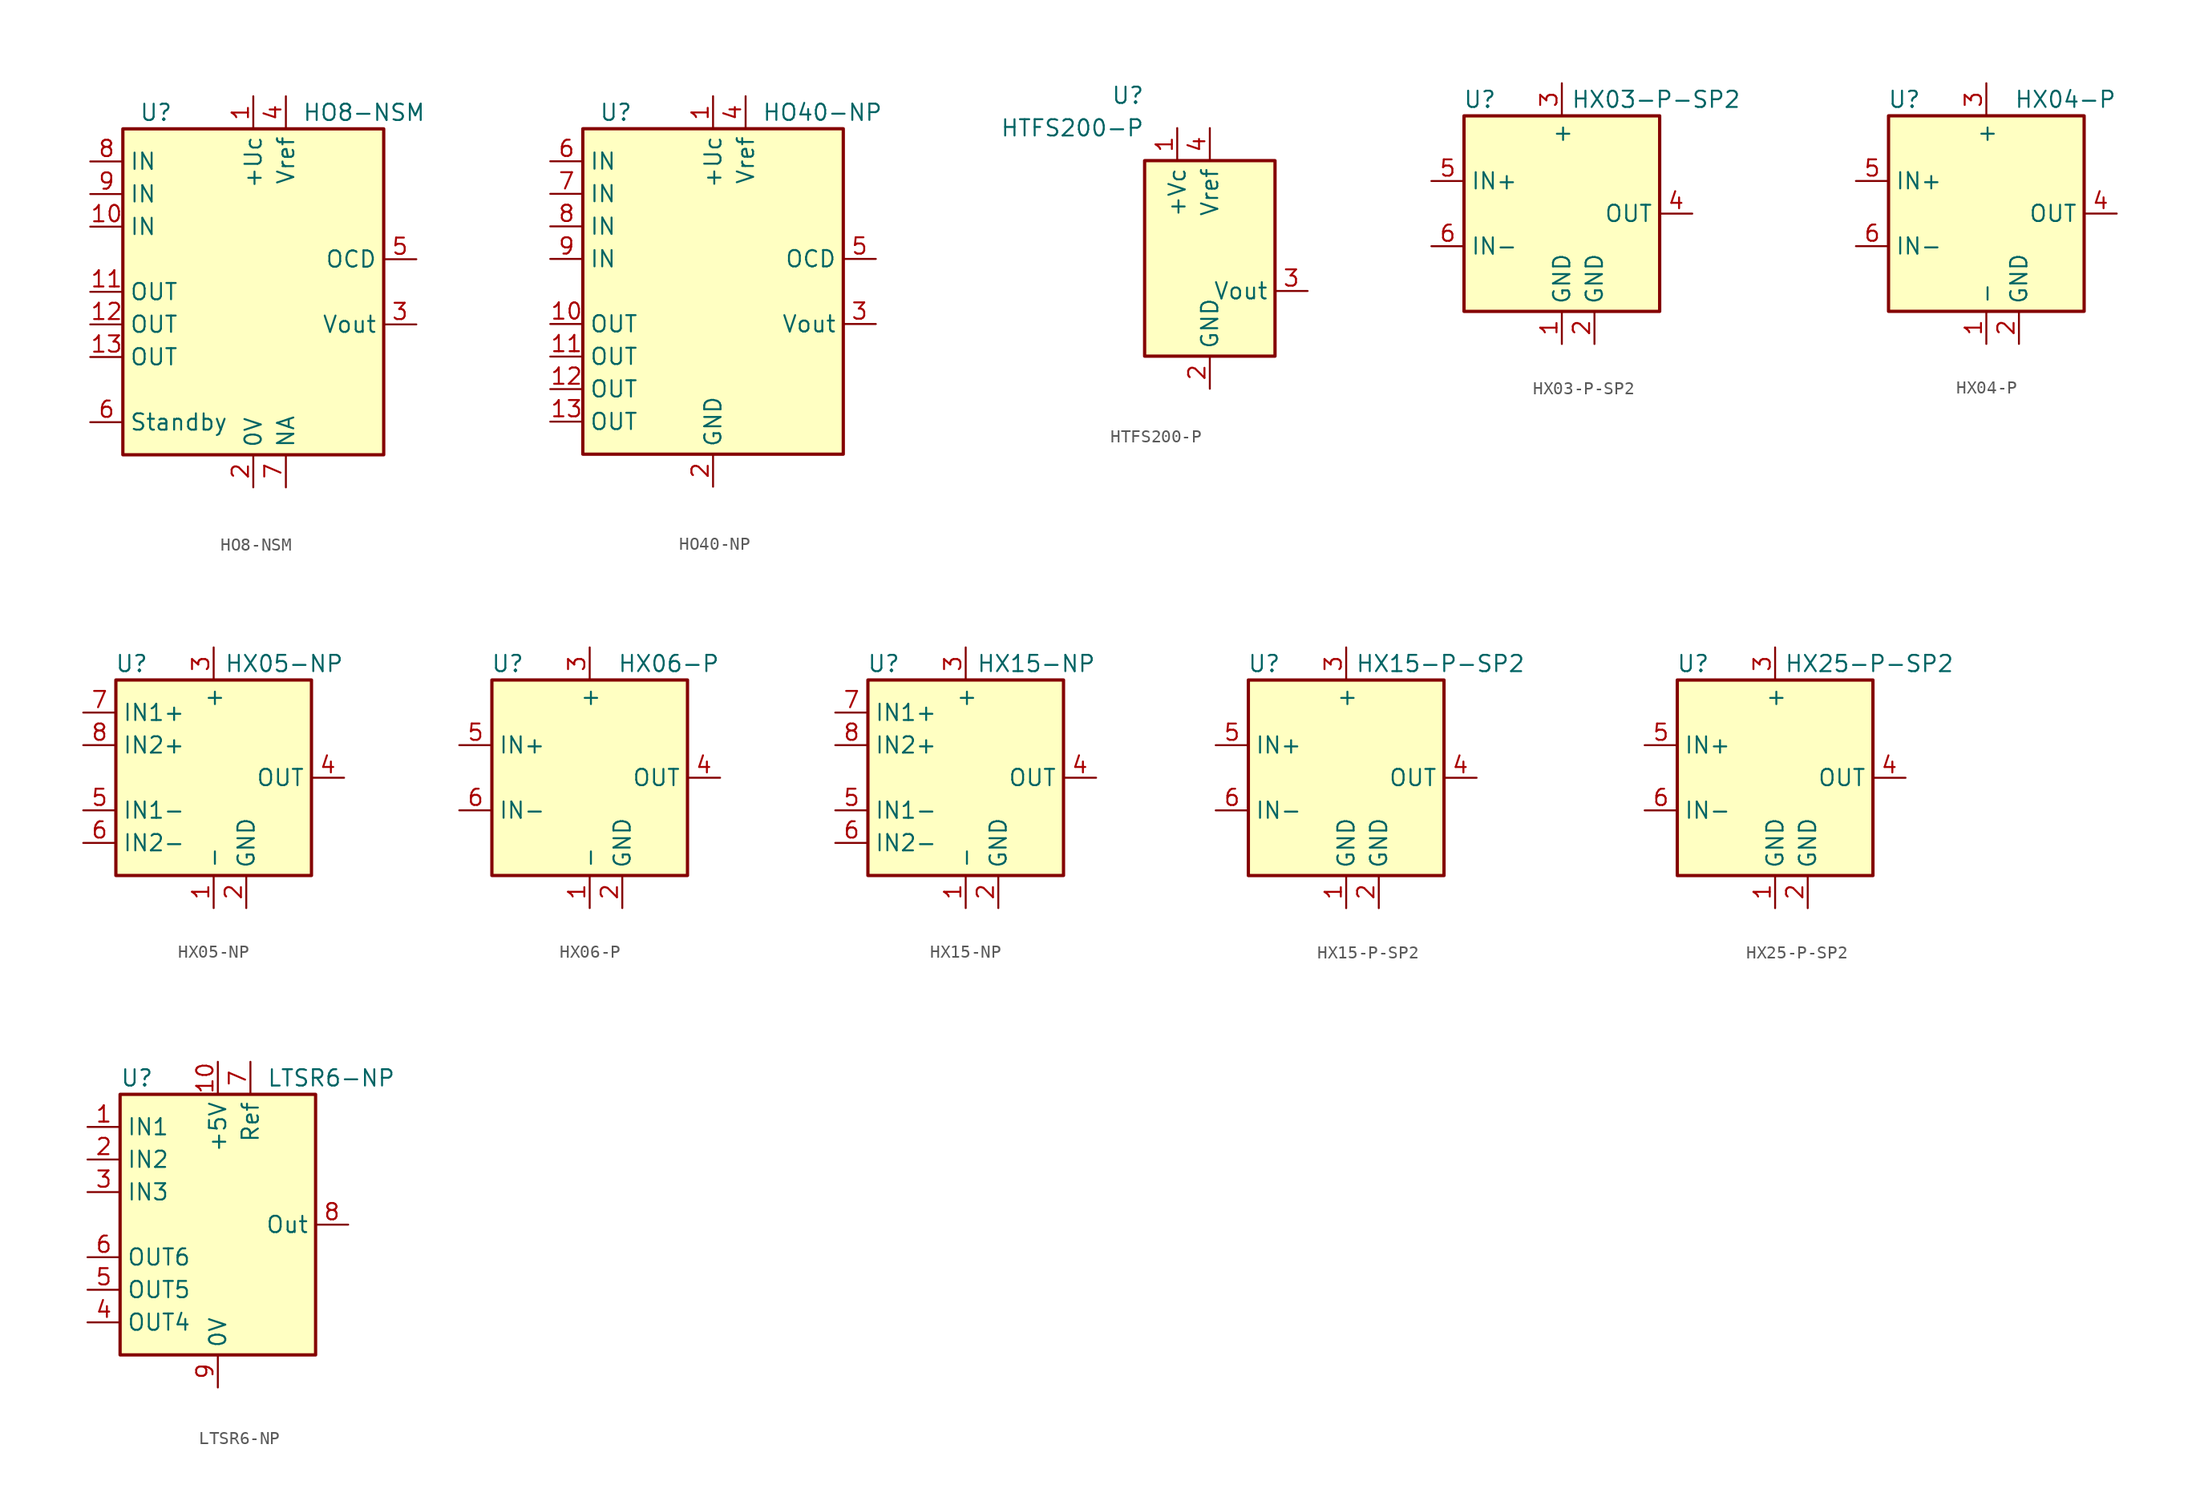
<source format=kicad_sym>
(kicad_symbol_lib
  (version 20220914)
  (generator kicad_symbol_editor)
  (symbol "HO8-NSM"
    (property "Reference" "U"
      (at -8.89 13.97 0)
      (effects (font (size 1.27 1.27)) (justify left)))
    (property "Value" "HO8-NSM"
      (at 3.81 13.97 0)
      (effects (font (size 1.27 1.27)) (justify left)))
    (symbol "HO8-NSM_0_1"
      (rectangle (start -10.16 12.7) (end 10.16 -12.7) (stroke (width 0.254) (type default)) (fill (type background))))
    (symbol "HO8-NSM_1_1"
      (pin power_in line (at 0 15.24 270) (length 2.54) (name "+Uc" (effects (font (size 1.27 1.27)))) (number "1" (effects (font (size 1.27 1.27)))))
      (pin passive line (at -12.7 5.08 0) (length 2.54) (name "IN" (effects (font (size 1.27 1.27)))) (number "10" (effects (font (size 1.27 1.27)))))
      (pin passive line (at -12.7 0 0) (length 2.54) (name "OUT" (effects (font (size 1.27 1.27)))) (number "11" (effects (font (size 1.27 1.27)))))
      (pin passive line (at -12.7 -2.54 0) (length 2.54) (name "OUT" (effects (font (size 1.27 1.27)))) (number "12" (effects (font (size 1.27 1.27)))))
      (pin passive line (at -12.7 -5.08 0) (length 2.54) (name "OUT" (effects (font (size 1.27 1.27)))) (number "13" (effects (font (size 1.27 1.27)))))
      (pin power_in line (at 0 -15.24 90) (length 2.54) (name "0V" (effects (font (size 1.27 1.27)))) (number "2" (effects (font (size 1.27 1.27)))))
      (pin output line (at 12.7 -2.54 180) (length 2.54) (name "Vout" (effects (font (size 1.27 1.27)))) (number "3" (effects (font (size 1.27 1.27)))))
      (pin passive line (at 2.54 15.24 270) (length 2.54) (name "Vref" (effects (font (size 1.27 1.27)))) (number "4" (effects (font (size 1.27 1.27)))))
      (pin open_collector line (at 12.7 2.54 180) (length 2.54) (name "OCD" (effects (font (size 1.27 1.27)))) (number "5" (effects (font (size 1.27 1.27)))))
      (pin input line (at -12.7 -10.16 0) (length 2.54) (name "Standby" (effects (font (size 1.27 1.27)))) (number "6" (effects (font (size 1.27 1.27)))))
      (pin passive line (at 2.54 -15.24 90) (length 2.54) (name "NA" (effects (font (size 1.27 1.27)))) (number "7" (effects (font (size 1.27 1.27)))))
      (pin passive line (at -12.7 10.16 0) (length 2.54) (name "IN" (effects (font (size 1.27 1.27)))) (number "8" (effects (font (size 1.27 1.27)))))
      (pin passive line (at -12.7 7.62 0) (length 2.54) (name "IN" (effects (font (size 1.27 1.27)))) (number "9" (effects (font (size 1.27 1.27)))))))
  (symbol "HO40-NP"
    (property "Reference" "U"
      (at -8.89 13.97 0)
      (effects (font (size 1.27 1.27)) (justify left)))
    (property "Value" "HO40-NP"
      (at 3.81 13.97 0)
      (effects (font (size 1.27 1.27)) (justify left)))
    (symbol "HO40-NP_0_1"
      (rectangle (start -10.16 12.7) (end 10.16 -12.7) (stroke (width 0.254) (type default)) (fill (type background))))
    (symbol "HO40-NP_1_1"
      (pin power_in line (at 0 15.24 270) (length 2.54) (name "+Uc" (effects (font (size 1.27 1.27)))) (number "1" (effects (font (size 1.27 1.27)))))
      (pin passive line (at -12.7 -2.54 0) (length 2.54) (name "OUT" (effects (font (size 1.27 1.27)))) (number "10" (effects (font (size 1.27 1.27)))))
      (pin passive line (at -12.7 -5.08 0) (length 2.54) (name "OUT" (effects (font (size 1.27 1.27)))) (number "11" (effects (font (size 1.27 1.27)))))
      (pin passive line (at -12.7 -7.62 0) (length 2.54) (name "OUT" (effects (font (size 1.27 1.27)))) (number "12" (effects (font (size 1.27 1.27)))))
      (pin passive line (at -12.7 -10.16 0) (length 2.54) (name "OUT" (effects (font (size 1.27 1.27)))) (number "13" (effects (font (size 1.27 1.27)))))
      (pin power_in line (at 0 -15.24 90) (length 2.54) (name "GND" (effects (font (size 1.27 1.27)))) (number "2" (effects (font (size 1.27 1.27)))))
      (pin output line (at 12.7 -2.54 180) (length 2.54) (name "Vout" (effects (font (size 1.27 1.27)))) (number "3" (effects (font (size 1.27 1.27)))))
      (pin passive line (at 2.54 15.24 270) (length 2.54) (name "Vref" (effects (font (size 1.27 1.27)))) (number "4" (effects (font (size 1.27 1.27)))))
      (pin open_collector line (at 12.7 2.54 180) (length 2.54) (name "OCD" (effects (font (size 1.27 1.27)))) (number "5" (effects (font (size 1.27 1.27)))))
      (pin passive line (at -12.7 10.16 0) (length 2.54) (name "IN" (effects (font (size 1.27 1.27)))) (number "6" (effects (font (size 1.27 1.27)))))
      (pin passive line (at -12.7 7.62 0) (length 2.54) (name "IN" (effects (font (size 1.27 1.27)))) (number "7" (effects (font (size 1.27 1.27)))))
      (pin passive line (at -12.7 5.08 0) (length 2.54) (name "IN" (effects (font (size 1.27 1.27)))) (number "8" (effects (font (size 1.27 1.27)))))
      (pin passive line (at -12.7 2.54 0) (length 2.54) (name "IN" (effects (font (size 1.27 1.27)))) (number "9" (effects (font (size 1.27 1.27)))))))
  (symbol "HTFS200-P"
    (property "Reference" "U"
      (at 0 12.7 0)
      (effects (font (size 1.27 1.27)) (justify right)))
    (property "Value" "HTFS200-P"
      (at 0 10.16 0)
      (effects (font (size 1.27 1.27)) (justify right)))
    (symbol "HTFS200-P_0_1"
      (rectangle (start 0 7.62) (end 10.16 -7.62) (stroke (width 0.254) (type default)) (fill (type background))))
    (symbol "HTFS200-P_1_1"
      (pin power_in line (at 2.54 10.16 270) (length 2.54) (name "+Vc" (effects (font (size 1.27 1.27)))) (number "1" (effects (font (size 1.27 1.27)))))
      (pin power_in line (at 5.08 -10.16 90) (length 2.54) (name "GND" (effects (font (size 1.27 1.27)))) (number "2" (effects (font (size 1.27 1.27)))))
      (pin output line (at 12.7 -2.54 180) (length 2.54) (name "Vout" (effects (font (size 1.27 1.27)))) (number "3" (effects (font (size 1.27 1.27)))))
      (pin passive line (at 5.08 10.16 270) (length 2.54) (name "Vref" (effects (font (size 1.27 1.27)))) (number "4" (effects (font (size 1.27 1.27)))))))
  (symbol "HX03-P-SP2"
    (property "Reference" "U"
      (at -5.08 8.89 0)
      (effects (font (size 1.27 1.27)) (justify right)))
    (property "Value" "HX03-P-SP2"
      (at 13.97 8.89 0)
      (effects (font (size 1.27 1.27)) (justify right)))
    (symbol "HX03-P-SP2_0_1"
      (rectangle (start -7.62 7.62) (end 7.62 -7.62) (stroke (width 0.254) (type default)) (fill (type background))))
    (symbol "HX03-P-SP2_1_1"
      (pin power_in line (at 0 -10.16 90) (length 2.54) (name "GND" (effects (font (size 1.27 1.27)))) (number "1" (effects (font (size 1.27 1.27)))))
      (pin power_in line (at 2.54 -10.16 90) (length 2.54) (name "GND" (effects (font (size 1.27 1.27)))) (number "2" (effects (font (size 1.27 1.27)))))
      (pin power_in line (at 0 10.16 270) (length 2.54) (name "+" (effects (font (size 1.27 1.27)))) (number "3" (effects (font (size 1.27 1.27)))))
      (pin output line (at 10.16 0 180) (length 2.54) (name "OUT" (effects (font (size 1.27 1.27)))) (number "4" (effects (font (size 1.27 1.27)))))
      (pin passive line (at -10.16 2.54 0) (length 2.54) (name "IN+" (effects (font (size 1.27 1.27)))) (number "5" (effects (font (size 1.27 1.27)))))
      (pin passive line (at -10.16 -2.54 0) (length 2.54) (name "IN-" (effects (font (size 1.27 1.27)))) (number "6" (effects (font (size 1.27 1.27)))))))
  (symbol "HX04-P"
    (property "Reference" "U"
      (at -5.08 8.89 0)
      (effects (font (size 1.27 1.27)) (justify right)))
    (property "Value" "HX04-P"
      (at 10.16 8.89 0)
      (effects (font (size 1.27 1.27)) (justify right)))
    (symbol "HX04-P_0_1"
      (rectangle (start -7.62 7.62) (end 7.62 -7.62) (stroke (width 0.254) (type default)) (fill (type background))))
    (symbol "HX04-P_1_1"
      (pin power_in line (at 0 -10.16 90) (length 2.54) (name "-" (effects (font (size 1.27 1.27)))) (number "1" (effects (font (size 1.27 1.27)))))
      (pin power_in line (at 2.54 -10.16 90) (length 2.54) (name "GND" (effects (font (size 1.27 1.27)))) (number "2" (effects (font (size 1.27 1.27)))))
      (pin power_in line (at 0 10.16 270) (length 2.54) (name "+" (effects (font (size 1.27 1.27)))) (number "3" (effects (font (size 1.27 1.27)))))
      (pin output line (at 10.16 0 180) (length 2.54) (name "OUT" (effects (font (size 1.27 1.27)))) (number "4" (effects (font (size 1.27 1.27)))))
      (pin passive line (at -10.16 2.54 0) (length 2.54) (name "IN+" (effects (font (size 1.27 1.27)))) (number "5" (effects (font (size 1.27 1.27)))))
      (pin passive line (at -10.16 -2.54 0) (length 2.54) (name "IN-" (effects (font (size 1.27 1.27)))) (number "6" (effects (font (size 1.27 1.27)))))))
  (symbol "HX05-NP"
    (property "Reference" "U"
      (at -5.08 8.89 0)
      (effects (font (size 1.27 1.27)) (justify right)))
    (property "Value" "HX05-NP"
      (at 10.16 8.89 0)
      (effects (font (size 1.27 1.27)) (justify right)))
    (symbol "HX05-NP_0_1"
      (rectangle (start -7.62 7.62) (end 7.62 -7.62) (stroke (width 0.254) (type default)) (fill (type background))))
    (symbol "HX05-NP_1_1"
      (pin power_in line (at 0 -10.16 90) (length 2.54) (name "-" (effects (font (size 1.27 1.27)))) (number "1" (effects (font (size 1.27 1.27)))))
      (pin power_in line (at 2.54 -10.16 90) (length 2.54) (name "GND" (effects (font (size 1.27 1.27)))) (number "2" (effects (font (size 1.27 1.27)))))
      (pin power_in line (at 0 10.16 270) (length 2.54) (name "+" (effects (font (size 1.27 1.27)))) (number "3" (effects (font (size 1.27 1.27)))))
      (pin output line (at 10.16 0 180) (length 2.54) (name "OUT" (effects (font (size 1.27 1.27)))) (number "4" (effects (font (size 1.27 1.27)))))
      (pin passive line (at -10.16 -2.54 0) (length 2.54) (name "IN1-" (effects (font (size 1.27 1.27)))) (number "5" (effects (font (size 1.27 1.27)))))
      (pin passive line (at -10.16 -5.08 0) (length 2.54) (name "IN2-" (effects (font (size 1.27 1.27)))) (number "6" (effects (font (size 1.27 1.27)))))
      (pin passive line (at -10.16 5.08 0) (length 2.54) (name "IN1+" (effects (font (size 1.27 1.27)))) (number "7" (effects (font (size 1.27 1.27)))))
      (pin passive line (at -10.16 2.54 0) (length 2.54) (name "IN2+" (effects (font (size 1.27 1.27)))) (number "8" (effects (font (size 1.27 1.27)))))))
  (symbol "HX06-P"
    (property "Reference" "U"
      (at -5.08 8.89 0)
      (effects (font (size 1.27 1.27)) (justify right)))
    (property "Value" "HX06-P"
      (at 10.16 8.89 0)
      (effects (font (size 1.27 1.27)) (justify right)))
    (symbol "HX06-P_0_1"
      (rectangle (start -7.62 7.62) (end 7.62 -7.62) (stroke (width 0.254) (type default)) (fill (type background))))
    (symbol "HX06-P_1_1"
      (pin power_in line (at 0 -10.16 90) (length 2.54) (name "-" (effects (font (size 1.27 1.27)))) (number "1" (effects (font (size 1.27 1.27)))))
      (pin power_in line (at 2.54 -10.16 90) (length 2.54) (name "GND" (effects (font (size 1.27 1.27)))) (number "2" (effects (font (size 1.27 1.27)))))
      (pin power_in line (at 0 10.16 270) (length 2.54) (name "+" (effects (font (size 1.27 1.27)))) (number "3" (effects (font (size 1.27 1.27)))))
      (pin output line (at 10.16 0 180) (length 2.54) (name "OUT" (effects (font (size 1.27 1.27)))) (number "4" (effects (font (size 1.27 1.27)))))
      (pin passive line (at -10.16 2.54 0) (length 2.54) (name "IN+" (effects (font (size 1.27 1.27)))) (number "5" (effects (font (size 1.27 1.27)))))
      (pin passive line (at -10.16 -2.54 0) (length 2.54) (name "IN-" (effects (font (size 1.27 1.27)))) (number "6" (effects (font (size 1.27 1.27)))))))
  (symbol "HX15-NP"
    (property "Reference" "U"
      (at -5.08 8.89 0)
      (effects (font (size 1.27 1.27)) (justify right)))
    (property "Value" "HX15-NP"
      (at 10.16 8.89 0)
      (effects (font (size 1.27 1.27)) (justify right)))
    (symbol "HX15-NP_0_1"
      (rectangle (start -7.62 7.62) (end 7.62 -7.62) (stroke (width 0.254) (type default)) (fill (type background))))
    (symbol "HX15-NP_1_1"
      (pin power_in line (at 0 -10.16 90) (length 2.54) (name "-" (effects (font (size 1.27 1.27)))) (number "1" (effects (font (size 1.27 1.27)))))
      (pin power_in line (at 2.54 -10.16 90) (length 2.54) (name "GND" (effects (font (size 1.27 1.27)))) (number "2" (effects (font (size 1.27 1.27)))))
      (pin power_in line (at 0 10.16 270) (length 2.54) (name "+" (effects (font (size 1.27 1.27)))) (number "3" (effects (font (size 1.27 1.27)))))
      (pin output line (at 10.16 0 180) (length 2.54) (name "OUT" (effects (font (size 1.27 1.27)))) (number "4" (effects (font (size 1.27 1.27)))))
      (pin passive line (at -10.16 -2.54 0) (length 2.54) (name "IN1-" (effects (font (size 1.27 1.27)))) (number "5" (effects (font (size 1.27 1.27)))))
      (pin passive line (at -10.16 -5.08 0) (length 2.54) (name "IN2-" (effects (font (size 1.27 1.27)))) (number "6" (effects (font (size 1.27 1.27)))))
      (pin passive line (at -10.16 5.08 0) (length 2.54) (name "IN1+" (effects (font (size 1.27 1.27)))) (number "7" (effects (font (size 1.27 1.27)))))
      (pin passive line (at -10.16 2.54 0) (length 2.54) (name "IN2+" (effects (font (size 1.27 1.27)))) (number "8" (effects (font (size 1.27 1.27)))))))
  (symbol "HX15-P-SP2"
    (property "Reference" "U"
      (at -5.08 8.89 0)
      (effects (font (size 1.27 1.27)) (justify right)))
    (property "Value" "HX15-P-SP2"
      (at 13.97 8.89 0)
      (effects (font (size 1.27 1.27)) (justify right)))
    (symbol "HX15-P-SP2_0_1"
      (rectangle (start -7.62 7.62) (end 7.62 -7.62) (stroke (width 0.254) (type default)) (fill (type background))))
    (symbol "HX15-P-SP2_1_1"
      (pin power_in line (at 0 -10.16 90) (length 2.54) (name "GND" (effects (font (size 1.27 1.27)))) (number "1" (effects (font (size 1.27 1.27)))))
      (pin power_in line (at 2.54 -10.16 90) (length 2.54) (name "GND" (effects (font (size 1.27 1.27)))) (number "2" (effects (font (size 1.27 1.27)))))
      (pin power_in line (at 0 10.16 270) (length 2.54) (name "+" (effects (font (size 1.27 1.27)))) (number "3" (effects (font (size 1.27 1.27)))))
      (pin output line (at 10.16 0 180) (length 2.54) (name "OUT" (effects (font (size 1.27 1.27)))) (number "4" (effects (font (size 1.27 1.27)))))
      (pin passive line (at -10.16 2.54 0) (length 2.54) (name "IN+" (effects (font (size 1.27 1.27)))) (number "5" (effects (font (size 1.27 1.27)))))
      (pin passive line (at -10.16 -2.54 0) (length 2.54) (name "IN-" (effects (font (size 1.27 1.27)))) (number "6" (effects (font (size 1.27 1.27)))))))
  (symbol "HX25-P-SP2"
    (property "Reference" "U"
      (at -5.08 8.89 0)
      (effects (font (size 1.27 1.27)) (justify right)))
    (property "Value" "HX25-P-SP2"
      (at 13.97 8.89 0)
      (effects (font (size 1.27 1.27)) (justify right)))
    (symbol "HX25-P-SP2_0_1"
      (rectangle (start -7.62 7.62) (end 7.62 -7.62) (stroke (width 0.254) (type default)) (fill (type background))))
    (symbol "HX25-P-SP2_1_1"
      (pin power_in line (at 0 -10.16 90) (length 2.54) (name "GND" (effects (font (size 1.27 1.27)))) (number "1" (effects (font (size 1.27 1.27)))))
      (pin power_in line (at 2.54 -10.16 90) (length 2.54) (name "GND" (effects (font (size 1.27 1.27)))) (number "2" (effects (font (size 1.27 1.27)))))
      (pin power_in line (at 0 10.16 270) (length 2.54) (name "+" (effects (font (size 1.27 1.27)))) (number "3" (effects (font (size 1.27 1.27)))))
      (pin output line (at 10.16 0 180) (length 2.54) (name "OUT" (effects (font (size 1.27 1.27)))) (number "4" (effects (font (size 1.27 1.27)))))
      (pin passive line (at -10.16 2.54 0) (length 2.54) (name "IN+" (effects (font (size 1.27 1.27)))) (number "5" (effects (font (size 1.27 1.27)))))
      (pin passive line (at -10.16 -2.54 0) (length 2.54) (name "IN-" (effects (font (size 1.27 1.27)))) (number "6" (effects (font (size 1.27 1.27)))))))
  (symbol "LTSR6-NP"
    (property "Reference" "U"
      (at -7.62 11.43 0)
      (effects (font (size 1.27 1.27)) (justify left)))
    (property "Value" "LTSR6-NP"
      (at 3.81 11.43 0)
      (effects (font (size 1.27 1.27)) (justify left)))
    (symbol "LTSR6-NP_0_1"
      (rectangle (start -7.62 10.16) (end 7.62 -10.16) (stroke (width 0.254) (type default)) (fill (type background))))
    (symbol "LTSR6-NP_1_1"
      (pin passive line (at -10.16 7.62 0) (length 2.54) (name "IN1" (effects (font (size 1.27 1.27)))) (number "1" (effects (font (size 1.27 1.27)))))
      (pin power_in line (at 0 12.7 270) (length 2.54) (name "+5V" (effects (font (size 1.27 1.27)))) (number "10" (effects (font (size 1.27 1.27)))))
      (pin passive line (at -10.16 5.08 0) (length 2.54) (name "IN2" (effects (font (size 1.27 1.27)))) (number "2" (effects (font (size 1.27 1.27)))))
      (pin passive line (at -10.16 2.54 0) (length 2.54) (name "IN3" (effects (font (size 1.27 1.27)))) (number "3" (effects (font (size 1.27 1.27)))))
      (pin passive line (at -10.16 -7.62 0) (length 2.54) (name "OUT4" (effects (font (size 1.27 1.27)))) (number "4" (effects (font (size 1.27 1.27)))))
      (pin passive line (at -10.16 -5.08 0) (length 2.54) (name "OUT5" (effects (font (size 1.27 1.27)))) (number "5" (effects (font (size 1.27 1.27)))))
      (pin passive line (at -10.16 -2.54 0) (length 2.54) (name "OUT6" (effects (font (size 1.27 1.27)))) (number "6" (effects (font (size 1.27 1.27)))))
      (pin passive line (at 2.54 12.7 270) (length 2.54) (name "Ref" (effects (font (size 1.27 1.27)))) (number "7" (effects (font (size 1.27 1.27)))))
      (pin output line (at 10.16 0 180) (length 2.54) (name "Out" (effects (font (size 1.27 1.27)))) (number "8" (effects (font (size 1.27 1.27)))))
      (pin power_in line (at 0 -12.7 90) (length 2.54) (name "0V" (effects (font (size 1.27 1.27)))) (number "9" (effects (font (size 1.27 1.27))))))))
</source>
